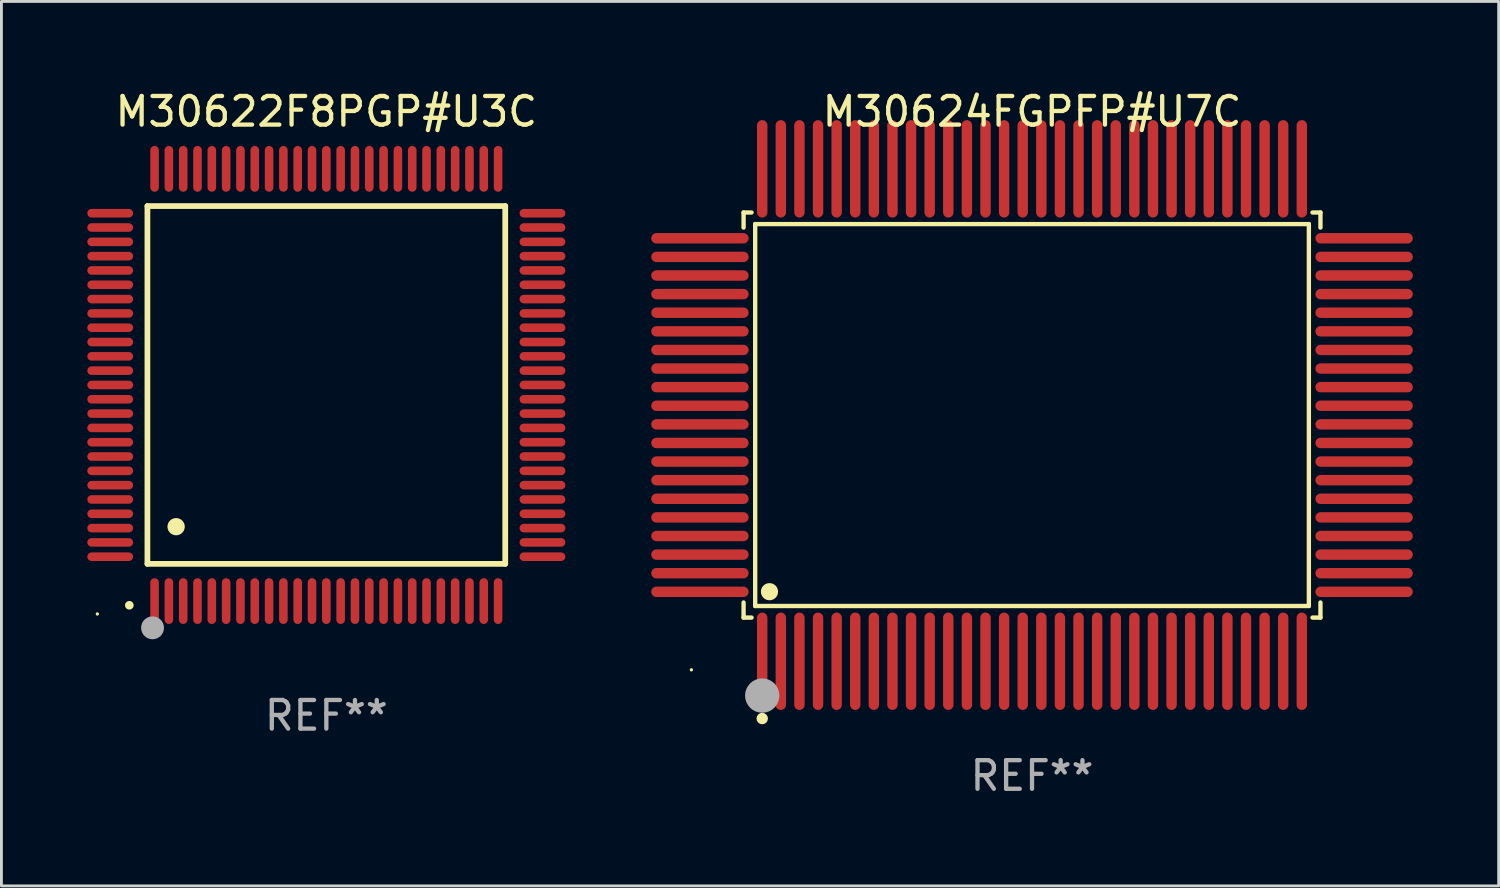
<source format=kicad_pcb>
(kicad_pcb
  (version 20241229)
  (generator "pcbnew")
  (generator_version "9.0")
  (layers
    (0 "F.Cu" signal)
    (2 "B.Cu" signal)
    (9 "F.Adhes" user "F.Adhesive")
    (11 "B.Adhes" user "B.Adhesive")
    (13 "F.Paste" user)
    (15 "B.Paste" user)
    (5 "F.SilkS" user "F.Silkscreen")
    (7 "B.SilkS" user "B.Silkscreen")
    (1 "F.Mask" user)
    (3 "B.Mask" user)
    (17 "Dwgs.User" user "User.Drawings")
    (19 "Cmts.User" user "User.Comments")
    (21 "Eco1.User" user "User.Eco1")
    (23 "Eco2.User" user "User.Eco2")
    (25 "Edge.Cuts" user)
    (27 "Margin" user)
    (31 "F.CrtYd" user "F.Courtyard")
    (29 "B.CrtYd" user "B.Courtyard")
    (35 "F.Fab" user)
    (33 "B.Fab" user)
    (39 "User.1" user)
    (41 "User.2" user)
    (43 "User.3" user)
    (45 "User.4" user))
  (footprint "M30624FGPFP#U7C"
    (layer "F.Cu")
    (at 33.002 11.449)
    (property "Reference" "M30624FGPFP#U7C" (at 0 -10.601 0) (layer "F.SilkS") (effects (font (size 1 1) (thickness 0.15))))
    (attr through_hole)
    (fp_line (start -10.076 -7.076) (end -9.798 -7.076) (stroke (width 0.152) (type solid)) (layer "F.SilkS"))
    (fp_line (start -10.076 -6.548) (end -10.076 -7.076) (stroke (width 0.152) (type solid)) (layer "F.SilkS"))
    (fp_line (start -10.076 6.548) (end -10.076 7.076) (stroke (width 0.152) (type solid)) (layer "F.SilkS"))
    (fp_line (start -10.076 7.076) (end -9.798 7.076) (stroke (width 0.152) (type solid)) (layer "F.SilkS"))
    (fp_line (start -9.671 -6.671) (end 9.671 -6.671) (stroke (width 0.152) (type solid)) (layer "F.SilkS"))
    (fp_line (start -9.671 6.671) (end -9.671 -6.671) (stroke (width 0.152) (type solid)) (layer "F.SilkS"))
    (fp_line (start 9.671 -6.671) (end 9.671 6.671) (stroke (width 0.152) (type solid)) (layer "F.SilkS"))
    (fp_line (start 9.671 6.671) (end -9.671 6.671) (stroke (width 0.152) (type solid)) (layer "F.SilkS"))
    (fp_line (start 10.076 -7.076) (end 9.798 -7.076) (stroke (width 0.152) (type solid)) (layer "F.SilkS"))
    (fp_line (start 10.076 -6.548) (end 10.076 -7.076) (stroke (width 0.152) (type solid)) (layer "F.SilkS"))
    (fp_line (start 10.076 6.548) (end 10.076 7.076) (stroke (width 0.152) (type solid)) (layer "F.SilkS"))
    (fp_line (start 10.076 7.076) (end 9.798 7.076) (stroke (width 0.152) (type solid)) (layer "F.SilkS"))
    (fp_circle (center -11.9 8.9) (end -11.87 8.9) (stroke (width 0.06) (type solid)) (fill no) (layer "F.SilkS"))
    (fp_circle (center -9.425 10.602) (end -9.325 10.602) (stroke (width 0.2) (type solid)) (fill no) (layer "F.SilkS"))
    (fp_circle (center -9.171 6.171) (end -9.021 6.171) (stroke (width 0.3) (type solid)) (fill no) (layer "F.SilkS"))
    (fp_circle (center -9.425 9.8) (end -9.125 9.8) (stroke (width 0.6) (type solid)) (fill no) (layer "F.Fab"))
    (fp_text user "REF**" (at 0 12.601 0) (layer "F.Fab") (effects (font (size 1 1) (thickness 0.15))))
    (pad "1" smd oval (at -9.425 8.601) (size 0.364 3.402) (layers "F.Cu" "F.Mask" "F.Paste"))
    (pad "2" smd oval (at -8.775 8.601) (size 0.364 3.402) (layers "F.Cu" "F.Mask" "F.Paste"))
    (pad "3" smd oval (at -8.125 8.601) (size 0.364 3.402) (layers "F.Cu" "F.Mask" "F.Paste"))
    (pad "4" smd oval (at -7.475 8.601) (size 0.364 3.402) (layers "F.Cu" "F.Mask" "F.Paste"))
    (pad "5" smd oval (at -6.825 8.601) (size 0.364 3.402) (layers "F.Cu" "F.Mask" "F.Paste"))
    (pad "6" smd oval (at -6.175 8.601) (size 0.364 3.402) (layers "F.Cu" "F.Mask" "F.Paste"))
    (pad "7" smd oval (at -5.525 8.601) (size 0.364 3.402) (layers "F.Cu" "F.Mask" "F.Paste"))
    (pad "8" smd oval (at -4.875 8.601) (size 0.364 3.402) (layers "F.Cu" "F.Mask" "F.Paste"))
    (pad "9" smd oval (at -4.225 8.601) (size 0.364 3.402) (layers "F.Cu" "F.Mask" "F.Paste"))
    (pad "10" smd oval (at -3.575 8.601) (size 0.364 3.402) (layers "F.Cu" "F.Mask" "F.Paste"))
    (pad "11" smd oval (at -2.925 8.601) (size 0.364 3.402) (layers "F.Cu" "F.Mask" "F.Paste"))
    (pad "12" smd oval (at -2.275 8.601) (size 0.364 3.402) (layers "F.Cu" "F.Mask" "F.Paste"))
    (pad "13" smd oval (at -1.625 8.601) (size 0.364 3.402) (layers "F.Cu" "F.Mask" "F.Paste"))
    (pad "14" smd oval (at -0.975 8.601) (size 0.364 3.402) (layers "F.Cu" "F.Mask" "F.Paste"))
    (pad "15" smd oval (at -0.325 8.601) (size 0.364 3.402) (layers "F.Cu" "F.Mask" "F.Paste"))
    (pad "16" smd oval (at 0.325 8.601) (size 0.364 3.402) (layers "F.Cu" "F.Mask" "F.Paste"))
    (pad "17" smd oval (at 0.975 8.601) (size 0.364 3.402) (layers "F.Cu" "F.Mask" "F.Paste"))
    (pad "18" smd oval (at 1.625 8.601) (size 0.364 3.402) (layers "F.Cu" "F.Mask" "F.Paste"))
    (pad "19" smd oval (at 2.275 8.601) (size 0.364 3.402) (layers "F.Cu" "F.Mask" "F.Paste"))
    (pad "20" smd oval (at 2.925 8.601) (size 0.364 3.402) (layers "F.Cu" "F.Mask" "F.Paste"))
    (pad "21" smd oval (at 3.575 8.601) (size 0.364 3.402) (layers "F.Cu" "F.Mask" "F.Paste"))
    (pad "22" smd oval (at 4.225 8.601) (size 0.364 3.402) (layers "F.Cu" "F.Mask" "F.Paste"))
    (pad "23" smd oval (at 4.875 8.601) (size 0.364 3.402) (layers "F.Cu" "F.Mask" "F.Paste"))
    (pad "24" smd oval (at 5.525 8.601) (size 0.364 3.402) (layers "F.Cu" "F.Mask" "F.Paste"))
    (pad "25" smd oval (at 6.175 8.601) (size 0.364 3.402) (layers "F.Cu" "F.Mask" "F.Paste"))
    (pad "26" smd oval (at 6.825 8.601) (size 0.364 3.402) (layers "F.Cu" "F.Mask" "F.Paste"))
    (pad "27" smd oval (at 7.475 8.601) (size 0.364 3.402) (layers "F.Cu" "F.Mask" "F.Paste"))
    (pad "28" smd oval (at 8.125 8.601) (size 0.364 3.402) (layers "F.Cu" "F.Mask" "F.Paste"))
    (pad "29" smd oval (at 8.775 8.601) (size 0.364 3.402) (layers "F.Cu" "F.Mask" "F.Paste"))
    (pad "30" smd oval (at 9.425 8.601) (size 0.364 3.402) (layers "F.Cu" "F.Mask" "F.Paste"))
    (pad "31" smd oval (at 11.601 6.175) (size 3.402 0.364) (layers "F.Cu" "F.Mask" "F.Paste"))
    (pad "32" smd oval (at 11.601 5.525) (size 3.402 0.364) (layers "F.Cu" "F.Mask" "F.Paste"))
    (pad "33" smd oval (at 11.601 4.875) (size 3.402 0.364) (layers "F.Cu" "F.Mask" "F.Paste"))
    (pad "34" smd oval (at 11.601 4.225) (size 3.402 0.364) (layers "F.Cu" "F.Mask" "F.Paste"))
    (pad "35" smd oval (at 11.601 3.575) (size 3.402 0.364) (layers "F.Cu" "F.Mask" "F.Paste"))
    (pad "36" smd oval (at 11.601 2.925) (size 3.402 0.364) (layers "F.Cu" "F.Mask" "F.Paste"))
    (pad "37" smd oval (at 11.601 2.275) (size 3.402 0.364) (layers "F.Cu" "F.Mask" "F.Paste"))
    (pad "38" smd oval (at 11.601 1.625) (size 3.402 0.364) (layers "F.Cu" "F.Mask" "F.Paste"))
    (pad "39" smd oval (at 11.601 0.975) (size 3.402 0.364) (layers "F.Cu" "F.Mask" "F.Paste"))
    (pad "40" smd oval (at 11.601 0.325) (size 3.402 0.364) (layers "F.Cu" "F.Mask" "F.Paste"))
    (pad "41" smd oval (at 11.601 -0.325) (size 3.402 0.364) (layers "F.Cu" "F.Mask" "F.Paste"))
    (pad "42" smd oval (at 11.601 -0.975) (size 3.402 0.364) (layers "F.Cu" "F.Mask" "F.Paste"))
    (pad "43" smd oval (at 11.601 -1.625) (size 3.402 0.364) (layers "F.Cu" "F.Mask" "F.Paste"))
    (pad "44" smd oval (at 11.601 -2.275) (size 3.402 0.364) (layers "F.Cu" "F.Mask" "F.Paste"))
    (pad "45" smd oval (at 11.601 -2.925) (size 3.402 0.364) (layers "F.Cu" "F.Mask" "F.Paste"))
    (pad "46" smd oval (at 11.601 -3.575) (size 3.402 0.364) (layers "F.Cu" "F.Mask" "F.Paste"))
    (pad "47" smd oval (at 11.601 -4.225) (size 3.402 0.364) (layers "F.Cu" "F.Mask" "F.Paste"))
    (pad "48" smd oval (at 11.601 -4.875) (size 3.402 0.364) (layers "F.Cu" "F.Mask" "F.Paste"))
    (pad "49" smd oval (at 11.601 -5.525) (size 3.402 0.364) (layers "F.Cu" "F.Mask" "F.Paste"))
    (pad "50" smd oval (at 11.601 -6.175) (size 3.402 0.364) (layers "F.Cu" "F.Mask" "F.Paste"))
    (pad "51" smd oval (at 9.425 -8.601) (size 0.364 3.402) (layers "F.Cu" "F.Mask" "F.Paste"))
    (pad "52" smd oval (at 8.775 -8.601) (size 0.364 3.402) (layers "F.Cu" "F.Mask" "F.Paste"))
    (pad "53" smd oval (at 8.125 -8.601) (size 0.364 3.402) (layers "F.Cu" "F.Mask" "F.Paste"))
    (pad "54" smd oval (at 7.475 -8.601) (size 0.364 3.402) (layers "F.Cu" "F.Mask" "F.Paste"))
    (pad "55" smd oval (at 6.825 -8.601) (size 0.364 3.402) (layers "F.Cu" "F.Mask" "F.Paste"))
    (pad "56" smd oval (at 6.175 -8.601) (size 0.364 3.402) (layers "F.Cu" "F.Mask" "F.Paste"))
    (pad "57" smd oval (at 5.525 -8.601) (size 0.364 3.402) (layers "F.Cu" "F.Mask" "F.Paste"))
    (pad "58" smd oval (at 4.875 -8.601) (size 0.364 3.402) (layers "F.Cu" "F.Mask" "F.Paste"))
    (pad "59" smd oval (at 4.225 -8.601) (size 0.364 3.402) (layers "F.Cu" "F.Mask" "F.Paste"))
    (pad "60" smd oval (at 3.575 -8.601) (size 0.364 3.402) (layers "F.Cu" "F.Mask" "F.Paste"))
    (pad "61" smd oval (at 2.925 -8.601) (size 0.364 3.402) (layers "F.Cu" "F.Mask" "F.Paste"))
    (pad "62" smd oval (at 2.275 -8.601) (size 0.364 3.402) (layers "F.Cu" "F.Mask" "F.Paste"))
    (pad "63" smd oval (at 1.625 -8.601) (size 0.364 3.402) (layers "F.Cu" "F.Mask" "F.Paste"))
    (pad "64" smd oval (at 0.975 -8.601) (size 0.364 3.402) (layers "F.Cu" "F.Mask" "F.Paste"))
    (pad "65" smd oval (at 0.325 -8.601) (size 0.364 3.402) (layers "F.Cu" "F.Mask" "F.Paste"))
    (pad "66" smd oval (at -0.325 -8.601) (size 0.364 3.402) (layers "F.Cu" "F.Mask" "F.Paste"))
    (pad "67" smd oval (at -0.975 -8.601) (size 0.364 3.402) (layers "F.Cu" "F.Mask" "F.Paste"))
    (pad "68" smd oval (at -1.625 -8.601) (size 0.364 3.402) (layers "F.Cu" "F.Mask" "F.Paste"))
    (pad "69" smd oval (at -2.275 -8.601) (size 0.364 3.402) (layers "F.Cu" "F.Mask" "F.Paste"))
    (pad "70" smd oval (at -2.925 -8.601) (size 0.364 3.402) (layers "F.Cu" "F.Mask" "F.Paste"))
    (pad "71" smd oval (at -3.575 -8.601) (size 0.364 3.402) (layers "F.Cu" "F.Mask" "F.Paste"))
    (pad "72" smd oval (at -4.225 -8.601) (size 0.364 3.402) (layers "F.Cu" "F.Mask" "F.Paste"))
    (pad "73" smd oval (at -4.875 -8.601) (size 0.364 3.402) (layers "F.Cu" "F.Mask" "F.Paste"))
    (pad "74" smd oval (at -5.525 -8.601) (size 0.364 3.402) (layers "F.Cu" "F.Mask" "F.Paste"))
    (pad "75" smd oval (at -6.175 -8.601) (size 0.364 3.402) (layers "F.Cu" "F.Mask" "F.Paste"))
    (pad "76" smd oval (at -6.825 -8.601) (size 0.364 3.402) (layers "F.Cu" "F.Mask" "F.Paste"))
    (pad "77" smd oval (at -7.475 -8.601) (size 0.364 3.402) (layers "F.Cu" "F.Mask" "F.Paste"))
    (pad "78" smd oval (at -8.125 -8.601) (size 0.364 3.402) (layers "F.Cu" "F.Mask" "F.Paste"))
    (pad "79" smd oval (at -8.775 -8.601) (size 0.364 3.402) (layers "F.Cu" "F.Mask" "F.Paste"))
    (pad "80" smd oval (at -9.425 -8.601) (size 0.364 3.402) (layers "F.Cu" "F.Mask" "F.Paste"))
    (pad "81" smd oval (at -11.601 -6.175) (size 3.402 0.364) (layers "F.Cu" "F.Mask" "F.Paste"))
    (pad "82" smd oval (at -11.601 -5.525) (size 3.402 0.364) (layers "F.Cu" "F.Mask" "F.Paste"))
    (pad "83" smd oval (at -11.601 -4.875) (size 3.402 0.364) (layers "F.Cu" "F.Mask" "F.Paste"))
    (pad "84" smd oval (at -11.601 -4.225) (size 3.402 0.364) (layers "F.Cu" "F.Mask" "F.Paste"))
    (pad "85" smd oval (at -11.601 -3.575) (size 3.402 0.364) (layers "F.Cu" "F.Mask" "F.Paste"))
    (pad "86" smd oval (at -11.601 -2.925) (size 3.402 0.364) (layers "F.Cu" "F.Mask" "F.Paste"))
    (pad "87" smd oval (at -11.601 -2.275) (size 3.402 0.364) (layers "F.Cu" "F.Mask" "F.Paste"))
    (pad "88" smd oval (at -11.601 -1.625) (size 3.402 0.364) (layers "F.Cu" "F.Mask" "F.Paste"))
    (pad "89" smd oval (at -11.601 -0.975) (size 3.402 0.364) (layers "F.Cu" "F.Mask" "F.Paste"))
    (pad "90" smd oval (at -11.601 -0.325) (size 3.402 0.364) (layers "F.Cu" "F.Mask" "F.Paste"))
    (pad "91" smd oval (at -11.601 0.325) (size 3.402 0.364) (layers "F.Cu" "F.Mask" "F.Paste"))
    (pad "92" smd oval (at -11.601 0.975) (size 3.402 0.364) (layers "F.Cu" "F.Mask" "F.Paste"))
    (pad "93" smd oval (at -11.601 1.625) (size 3.402 0.364) (layers "F.Cu" "F.Mask" "F.Paste"))
    (pad "94" smd oval (at -11.601 2.275) (size 3.402 0.364) (layers "F.Cu" "F.Mask" "F.Paste"))
    (pad "95" smd oval (at -11.601 2.925) (size 3.402 0.364) (layers "F.Cu" "F.Mask" "F.Paste"))
    (pad "96" smd oval (at -11.601 3.575) (size 3.402 0.364) (layers "F.Cu" "F.Mask" "F.Paste"))
    (pad "97" smd oval (at -11.601 4.225) (size 3.402 0.364) (layers "F.Cu" "F.Mask" "F.Paste"))
    (pad "98" smd oval (at -11.601 4.875) (size 3.402 0.364) (layers "F.Cu" "F.Mask" "F.Paste"))
    (pad "99" smd oval (at -11.601 5.525) (size 3.402 0.364) (layers "F.Cu" "F.Mask" "F.Paste"))
    (pad "100" smd oval (at -11.601 6.175) (size 3.402 0.364) (layers "F.Cu" "F.Mask" "F.Paste")))
  (footprint "M30622F8PGP#U3C"
    (layer "F.Cu")
    (at 8.35 10.398)
    (property "Reference" "M30622F8PGP#U3C" (at 0 -9.55 0) (layer "F.SilkS") (effects (font (size 1 1) (thickness 0.15))))
    (attr through_hole)
    (fp_line (start -6.25 -6.25) (end -6.25 6.25) (stroke (width 0.2) (type solid)) (layer "F.SilkS"))
    (fp_line (start -6.25 6.25) (end 6.25 6.25) (stroke (width 0.2) (type solid)) (layer "F.SilkS"))
    (fp_line (start 6.25 -6.25) (end -6.25 -6.25) (stroke (width 0.2) (type solid)) (layer "F.SilkS"))
    (fp_line (start 6.25 6.25) (end 6.25 -6.25) (stroke (width 0.2) (type solid)) (layer "F.SilkS"))
    (fp_arc (start -6.883414 7.696215) (mid -6.882144 7.69621) (end -6.880874 7.696215) (stroke (width 0.3) (type solid)) (layer "F.SilkS"))
    (fp_arc (start -5.250191 4.95047) (mid -5.247651 4.950459) (end -5.245111 4.95047) (stroke (width 0.6) (type solid)) (layer "F.SilkS"))
    (fp_circle (center -8 8) (end -7.97 8) (stroke (width 0.06) (type solid)) (fill no) (layer "F.SilkS"))
    (fp_circle (center -6.071 8.484) (end -5.871 8.484) (stroke (width 0.4) (type solid)) (fill no) (layer "F.Fab"))
    (fp_text user "REF**" (at 0 11.55 0) (layer "F.Fab") (effects (font (size 1 1) (thickness 0.15))))
    (pad "1" smd oval (at -6 7.55) (size 0.3 1.6) (layers "F.Cu" "F.Mask" "F.Paste"))
    (pad "2" smd oval (at -5.5 7.55) (size 0.3 1.6) (layers "F.Cu" "F.Mask" "F.Paste"))
    (pad "3" smd oval (at -5 7.55) (size 0.3 1.6) (layers "F.Cu" "F.Mask" "F.Paste"))
    (pad "4" smd oval (at -4.5 7.55) (size 0.3 1.6) (layers "F.Cu" "F.Mask" "F.Paste"))
    (pad "5" smd oval (at -4 7.55) (size 0.3 1.6) (layers "F.Cu" "F.Mask" "F.Paste"))
    (pad "6" smd oval (at -3.5 7.55) (size 0.3 1.6) (layers "F.Cu" "F.Mask" "F.Paste"))
    (pad "7" smd oval (at -3 7.55) (size 0.3 1.6) (layers "F.Cu" "F.Mask" "F.Paste"))
    (pad "8" smd oval (at -2.5 7.55) (size 0.3 1.6) (layers "F.Cu" "F.Mask" "F.Paste"))
    (pad "9" smd oval (at -2 7.55) (size 0.3 1.6) (layers "F.Cu" "F.Mask" "F.Paste"))
    (pad "10" smd oval (at -1.5 7.55) (size 0.3 1.6) (layers "F.Cu" "F.Mask" "F.Paste"))
    (pad "11" smd oval (at -1 7.55) (size 0.3 1.6) (layers "F.Cu" "F.Mask" "F.Paste"))
    (pad "12" smd oval (at -0.5 7.55) (size 0.3 1.6) (layers "F.Cu" "F.Mask" "F.Paste"))
    (pad "13" smd oval (at 0 7.55) (size 0.3 1.6) (layers "F.Cu" "F.Mask" "F.Paste"))
    (pad "14" smd oval (at 0.5 7.55) (size 0.3 1.6) (layers "F.Cu" "F.Mask" "F.Paste"))
    (pad "15" smd oval (at 1 7.55) (size 0.3 1.6) (layers "F.Cu" "F.Mask" "F.Paste"))
    (pad "16" smd oval (at 1.5 7.55) (size 0.3 1.6) (layers "F.Cu" "F.Mask" "F.Paste"))
    (pad "17" smd oval (at 2 7.55) (size 0.3 1.6) (layers "F.Cu" "F.Mask" "F.Paste"))
    (pad "18" smd oval (at 2.5 7.55) (size 0.3 1.6) (layers "F.Cu" "F.Mask" "F.Paste"))
    (pad "19" smd oval (at 3 7.55) (size 0.3 1.6) (layers "F.Cu" "F.Mask" "F.Paste"))
    (pad "20" smd oval (at 3.5 7.55) (size 0.3 1.6) (layers "F.Cu" "F.Mask" "F.Paste"))
    (pad "21" smd oval (at 4 7.55) (size 0.3 1.6) (layers "F.Cu" "F.Mask" "F.Paste"))
    (pad "22" smd oval (at 4.5 7.55) (size 0.3 1.6) (layers "F.Cu" "F.Mask" "F.Paste"))
    (pad "23" smd oval (at 5 7.55) (size 0.3 1.6) (layers "F.Cu" "F.Mask" "F.Paste"))
    (pad "24" smd oval (at 5.5 7.55) (size 0.3 1.6) (layers "F.Cu" "F.Mask" "F.Paste"))
    (pad "25" smd oval (at 6 7.55) (size 0.3 1.6) (layers "F.Cu" "F.Mask" "F.Paste"))
    (pad "26" smd oval (at 7.55 6) (size 1.6 0.3) (layers "F.Cu" "F.Mask" "F.Paste"))
    (pad "27" smd oval (at 7.55 5.5) (size 1.6 0.3) (layers "F.Cu" "F.Mask" "F.Paste"))
    (pad "28" smd oval (at 7.55 5) (size 1.6 0.3) (layers "F.Cu" "F.Mask" "F.Paste"))
    (pad "29" smd oval (at 7.55 4.5) (size 1.6 0.3) (layers "F.Cu" "F.Mask" "F.Paste"))
    (pad "30" smd oval (at 7.55 4) (size 1.6 0.3) (layers "F.Cu" "F.Mask" "F.Paste"))
    (pad "31" smd oval (at 7.55 3.5) (size 1.6 0.3) (layers "F.Cu" "F.Mask" "F.Paste"))
    (pad "32" smd oval (at 7.55 3) (size 1.6 0.3) (layers "F.Cu" "F.Mask" "F.Paste"))
    (pad "33" smd oval (at 7.55 2.5) (size 1.6 0.3) (layers "F.Cu" "F.Mask" "F.Paste"))
    (pad "34" smd oval (at 7.55 2) (size 1.6 0.3) (layers "F.Cu" "F.Mask" "F.Paste"))
    (pad "35" smd oval (at 7.55 1.5) (size 1.6 0.3) (layers "F.Cu" "F.Mask" "F.Paste"))
    (pad "36" smd oval (at 7.55 1) (size 1.6 0.3) (layers "F.Cu" "F.Mask" "F.Paste"))
    (pad "37" smd oval (at 7.55 0.5) (size 1.6 0.3) (layers "F.Cu" "F.Mask" "F.Paste"))
    (pad "38" smd oval (at 7.55 0) (size 1.6 0.3) (layers "F.Cu" "F.Mask" "F.Paste"))
    (pad "39" smd oval (at 7.55 -0.5) (size 1.6 0.3) (layers "F.Cu" "F.Mask" "F.Paste"))
    (pad "40" smd oval (at 7.55 -1) (size 1.6 0.3) (layers "F.Cu" "F.Mask" "F.Paste"))
    (pad "41" smd oval (at 7.55 -1.5) (size 1.6 0.3) (layers "F.Cu" "F.Mask" "F.Paste"))
    (pad "42" smd oval (at 7.55 -2) (size 1.6 0.3) (layers "F.Cu" "F.Mask" "F.Paste"))
    (pad "43" smd oval (at 7.55 -2.5) (size 1.6 0.3) (layers "F.Cu" "F.Mask" "F.Paste"))
    (pad "44" smd oval (at 7.55 -3) (size 1.6 0.3) (layers "F.Cu" "F.Mask" "F.Paste"))
    (pad "45" smd oval (at 7.55 -3.5) (size 1.6 0.3) (layers "F.Cu" "F.Mask" "F.Paste"))
    (pad "46" smd oval (at 7.55 -4) (size 1.6 0.3) (layers "F.Cu" "F.Mask" "F.Paste"))
    (pad "47" smd oval (at 7.55 -4.5) (size 1.6 0.3) (layers "F.Cu" "F.Mask" "F.Paste"))
    (pad "48" smd oval (at 7.55 -5) (size 1.6 0.3) (layers "F.Cu" "F.Mask" "F.Paste"))
    (pad "49" smd oval (at 7.55 -5.5) (size 1.6 0.3) (layers "F.Cu" "F.Mask" "F.Paste"))
    (pad "50" smd oval (at 7.55 -6) (size 1.6 0.3) (layers "F.Cu" "F.Mask" "F.Paste"))
    (pad "51" smd oval (at 6 -7.55) (size 0.3 1.6) (layers "F.Cu" "F.Mask" "F.Paste"))
    (pad "52" smd oval (at 5.5 -7.55) (size 0.3 1.6) (layers "F.Cu" "F.Mask" "F.Paste"))
    (pad "53" smd oval (at 5 -7.55) (size 0.3 1.6) (layers "F.Cu" "F.Mask" "F.Paste"))
    (pad "54" smd oval (at 4.5 -7.55) (size 0.3 1.6) (layers "F.Cu" "F.Mask" "F.Paste"))
    (pad "55" smd oval (at 4 -7.55) (size 0.3 1.6) (layers "F.Cu" "F.Mask" "F.Paste"))
    (pad "56" smd oval (at 3.5 -7.55) (size 0.3 1.6) (layers "F.Cu" "F.Mask" "F.Paste"))
    (pad "57" smd oval (at 3 -7.55) (size 0.3 1.6) (layers "F.Cu" "F.Mask" "F.Paste"))
    (pad "58" smd oval (at 2.5 -7.55) (size 0.3 1.6) (layers "F.Cu" "F.Mask" "F.Paste"))
    (pad "59" smd oval (at 2 -7.55) (size 0.3 1.6) (layers "F.Cu" "F.Mask" "F.Paste"))
    (pad "60" smd oval (at 1.5 -7.55) (size 0.3 1.6) (layers "F.Cu" "F.Mask" "F.Paste"))
    (pad "61" smd oval (at 1 -7.55) (size 0.3 1.6) (layers "F.Cu" "F.Mask" "F.Paste"))
    (pad "62" smd oval (at 0.5 -7.55) (size 0.3 1.6) (layers "F.Cu" "F.Mask" "F.Paste"))
    (pad "63" smd oval (at 0 -7.55) (size 0.3 1.6) (layers "F.Cu" "F.Mask" "F.Paste"))
    (pad "64" smd oval (at -0.5 -7.55) (size 0.3 1.6) (layers "F.Cu" "F.Mask" "F.Paste"))
    (pad "65" smd oval (at -1 -7.55) (size 0.3 1.6) (layers "F.Cu" "F.Mask" "F.Paste"))
    (pad "66" smd oval (at -1.5 -7.55) (size 0.3 1.6) (layers "F.Cu" "F.Mask" "F.Paste"))
    (pad "67" smd oval (at -2 -7.55) (size 0.3 1.6) (layers "F.Cu" "F.Mask" "F.Paste"))
    (pad "68" smd oval (at -2.5 -7.55) (size 0.3 1.6) (layers "F.Cu" "F.Mask" "F.Paste"))
    (pad "69" smd oval (at -3 -7.55) (size 0.3 1.6) (layers "F.Cu" "F.Mask" "F.Paste"))
    (pad "70" smd oval (at -3.5 -7.55) (size 0.3 1.6) (layers "F.Cu" "F.Mask" "F.Paste"))
    (pad "71" smd oval (at -4 -7.55) (size 0.3 1.6) (layers "F.Cu" "F.Mask" "F.Paste"))
    (pad "72" smd oval (at -4.5 -7.55) (size 0.3 1.6) (layers "F.Cu" "F.Mask" "F.Paste"))
    (pad "73" smd oval (at -5 -7.55) (size 0.3 1.6) (layers "F.Cu" "F.Mask" "F.Paste"))
    (pad "74" smd oval (at -5.5 -7.55) (size 0.3 1.6) (layers "F.Cu" "F.Mask" "F.Paste"))
    (pad "75" smd oval (at -6 -7.55) (size 0.3 1.6) (layers "F.Cu" "F.Mask" "F.Paste"))
    (pad "76" smd oval (at -7.55 -6) (size 1.6 0.3) (layers "F.Cu" "F.Mask" "F.Paste"))
    (pad "77" smd oval (at -7.55 -5.5) (size 1.6 0.3) (layers "F.Cu" "F.Mask" "F.Paste"))
    (pad "78" smd oval (at -7.55 -5) (size 1.6 0.3) (layers "F.Cu" "F.Mask" "F.Paste"))
    (pad "79" smd oval (at -7.55 -4.5) (size 1.6 0.3) (layers "F.Cu" "F.Mask" "F.Paste"))
    (pad "80" smd oval (at -7.55 -4) (size 1.6 0.3) (layers "F.Cu" "F.Mask" "F.Paste"))
    (pad "81" smd oval (at -7.55 -3.5) (size 1.6 0.3) (layers "F.Cu" "F.Mask" "F.Paste"))
    (pad "82" smd oval (at -7.55 -3) (size 1.6 0.3) (layers "F.Cu" "F.Mask" "F.Paste"))
    (pad "83" smd oval (at -7.55 -2.5) (size 1.6 0.3) (layers "F.Cu" "F.Mask" "F.Paste"))
    (pad "84" smd oval (at -7.55 -2) (size 1.6 0.3) (layers "F.Cu" "F.Mask" "F.Paste"))
    (pad "85" smd oval (at -7.55 -1.5) (size 1.6 0.3) (layers "F.Cu" "F.Mask" "F.Paste"))
    (pad "86" smd oval (at -7.55 -1) (size 1.6 0.3) (layers "F.Cu" "F.Mask" "F.Paste"))
    (pad "87" smd oval (at -7.55 -0.5) (size 1.6 0.3) (layers "F.Cu" "F.Mask" "F.Paste"))
    (pad "88" smd oval (at -7.55 0) (size 1.6 0.3) (layers "F.Cu" "F.Mask" "F.Paste"))
    (pad "89" smd oval (at -7.55 0.5) (size 1.6 0.3) (layers "F.Cu" "F.Mask" "F.Paste"))
    (pad "90" smd oval (at -7.55 1) (size 1.6 0.3) (layers "F.Cu" "F.Mask" "F.Paste"))
    (pad "91" smd oval (at -7.55 1.5) (size 1.6 0.3) (layers "F.Cu" "F.Mask" "F.Paste"))
    (pad "92" smd oval (at -7.55 2) (size 1.6 0.3) (layers "F.Cu" "F.Mask" "F.Paste"))
    (pad "93" smd oval (at -7.55 2.5) (size 1.6 0.3) (layers "F.Cu" "F.Mask" "F.Paste"))
    (pad "94" smd oval (at -7.55 3) (size 1.6 0.3) (layers "F.Cu" "F.Mask" "F.Paste"))
    (pad "95" smd oval (at -7.55 3.5) (size 1.6 0.3) (layers "F.Cu" "F.Mask" "F.Paste"))
    (pad "96" smd oval (at -7.55 4) (size 1.6 0.3) (layers "F.Cu" "F.Mask" "F.Paste"))
    (pad "97" smd oval (at -7.55 4.5) (size 1.6 0.3) (layers "F.Cu" "F.Mask" "F.Paste"))
    (pad "98" smd oval (at -7.55 5) (size 1.6 0.3) (layers "F.Cu" "F.Mask" "F.Paste"))
    (pad "99" smd oval (at -7.55 5.5) (size 1.6 0.3) (layers "F.Cu" "F.Mask" "F.Paste"))
    (pad "100" smd oval (at -7.55 6) (size 1.6 0.3) (layers "F.Cu" "F.Mask" "F.Paste")))
  (gr_rect
    (start -3 -3)
    (end 49.304 27.898)
    (stroke (width 0.1) (type default))
    (fill no)
    (layer "Edge.Cuts")))
</source>
